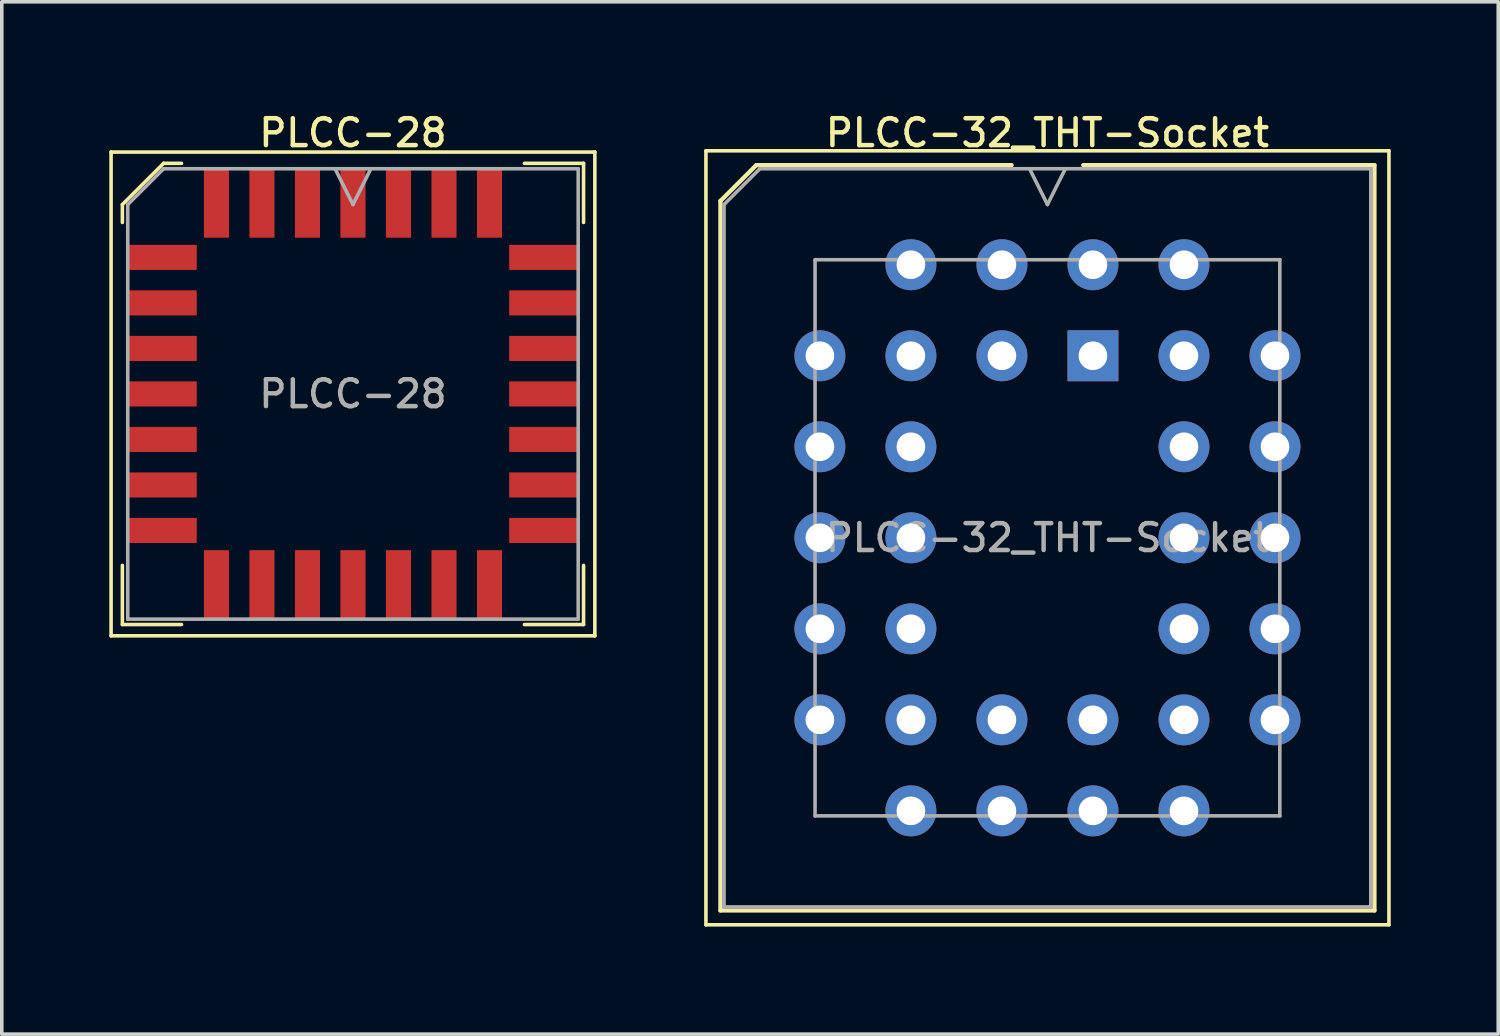
<source format=kicad_pcb>
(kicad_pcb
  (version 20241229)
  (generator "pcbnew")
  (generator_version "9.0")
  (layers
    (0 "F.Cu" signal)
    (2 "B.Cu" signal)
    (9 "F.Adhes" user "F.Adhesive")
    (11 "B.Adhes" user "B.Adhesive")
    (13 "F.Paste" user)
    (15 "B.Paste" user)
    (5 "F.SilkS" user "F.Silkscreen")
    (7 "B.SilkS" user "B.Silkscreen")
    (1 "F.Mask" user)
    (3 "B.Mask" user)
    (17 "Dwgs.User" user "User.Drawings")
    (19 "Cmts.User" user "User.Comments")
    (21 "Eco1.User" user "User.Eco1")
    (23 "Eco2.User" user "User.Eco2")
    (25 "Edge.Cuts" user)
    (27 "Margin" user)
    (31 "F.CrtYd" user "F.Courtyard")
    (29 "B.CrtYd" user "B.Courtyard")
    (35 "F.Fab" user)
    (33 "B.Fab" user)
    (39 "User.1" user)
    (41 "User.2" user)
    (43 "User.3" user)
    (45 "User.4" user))
  (footprint "PLCC-28"
    (layer "F.Cu")
    (at 6.8 7.943)
    (property "Reference" "PLCC-28" (at 0 -7.285 0) (layer "F.SilkS") (effects (font (size 0.75 0.75) (thickness 0.125))))
    (attr smd)
    (fp_line (start -6.75 -6.75) (end -6.75 6.75) (stroke (width 0.1) (type solid)) (layer "F.SilkS"))
    (fp_line (start -6.75 6.75) (end 6.75 6.75) (stroke (width 0.1) (type solid)) (layer "F.SilkS"))
    (fp_line (start -6.435 -5.285) (end -6.435 -4.785) (stroke (width 0.1) (type solid)) (layer "F.SilkS"))
    (fp_line (start -6.435 6.435) (end -6.435 4.785) (stroke (width 0.1) (type solid)) (layer "F.SilkS"))
    (fp_line (start -5.285 -6.435) (end -6.435 -5.285) (stroke (width 0.1) (type solid)) (layer "F.SilkS"))
    (fp_line (start -4.785 -6.435) (end -5.285 -6.435) (stroke (width 0.1) (type solid)) (layer "F.SilkS"))
    (fp_line (start -4.785 6.435) (end -6.435 6.435) (stroke (width 0.1) (type solid)) (layer "F.SilkS"))
    (fp_line (start 4.785 -6.435) (end 6.435 -6.435) (stroke (width 0.1) (type solid)) (layer "F.SilkS"))
    (fp_line (start 4.785 6.435) (end 6.435 6.435) (stroke (width 0.1) (type solid)) (layer "F.SilkS"))
    (fp_line (start 6.435 -6.435) (end 6.435 -4.785) (stroke (width 0.1) (type solid)) (layer "F.SilkS"))
    (fp_line (start 6.435 6.435) (end 6.435 4.785) (stroke (width 0.1) (type solid)) (layer "F.SilkS"))
    (fp_line (start 6.75 -6.75) (end -6.75 -6.75) (stroke (width 0.1) (type solid)) (layer "F.SilkS"))
    (fp_line (start 6.75 6.75) (end 6.75 -6.75) (stroke (width 0.1) (type solid)) (layer "F.SilkS"))
    (fp_line (start -6.285 -5.285) (end -6.285 6.285) (stroke (width 0.1) (type solid)) (layer "F.Fab"))
    (fp_line (start -6.285 6.285) (end 6.285 6.285) (stroke (width 0.1) (type solid)) (layer "F.Fab"))
    (fp_line (start -5.285 -6.285) (end -6.285 -5.285) (stroke (width 0.1) (type solid)) (layer "F.Fab"))
    (fp_line (start -0.5 -6.285) (end 0 -5.285) (stroke (width 0.1) (type solid)) (layer "F.Fab"))
    (fp_line (start 0 -5.285) (end 0.5 -6.285) (stroke (width 0.1) (type solid)) (layer "F.Fab"))
    (fp_line (start 6.285 -6.285) (end -5.285 -6.285) (stroke (width 0.1) (type solid)) (layer "F.Fab"))
    (fp_line (start 6.285 6.285) (end 6.285 -6.285) (stroke (width 0.1) (type solid)) (layer "F.Fab"))
    (fp_text user "${REFERENCE}" (at 0 0 0) (layer "F.Fab") (effects (font (size 0.75 0.75) (thickness 0.125))))
    (pad "1" smd rect (at 0 -5.322) (size 0.7 1.925) (layers "F.Cu" "F.Mask" "F.Paste"))
    (pad "2" smd rect (at -1.27 -5.322) (size 0.7 1.925) (layers "F.Cu" "F.Mask" "F.Paste"))
    (pad "3" smd rect (at -2.54 -5.322) (size 0.7 1.925) (layers "F.Cu" "F.Mask" "F.Paste"))
    (pad "4" smd rect (at -3.81 -5.322) (size 0.7 1.925) (layers "F.Cu" "F.Mask" "F.Paste"))
    (pad "5" smd rect (at -5.322 -3.81) (size 1.925 0.7) (layers "F.Cu" "F.Mask" "F.Paste"))
    (pad "6" smd rect (at -5.322 -2.54) (size 1.925 0.7) (layers "F.Cu" "F.Mask" "F.Paste"))
    (pad "7" smd rect (at -5.322 -1.27) (size 1.925 0.7) (layers "F.Cu" "F.Mask" "F.Paste"))
    (pad "8" smd rect (at -5.322 0) (size 1.925 0.7) (layers "F.Cu" "F.Mask" "F.Paste"))
    (pad "9" smd rect (at -5.322 1.27) (size 1.925 0.7) (layers "F.Cu" "F.Mask" "F.Paste"))
    (pad "10" smd rect (at -5.322 2.54) (size 1.925 0.7) (layers "F.Cu" "F.Mask" "F.Paste"))
    (pad "11" smd rect (at -5.322 3.81) (size 1.925 0.7) (layers "F.Cu" "F.Mask" "F.Paste"))
    (pad "12" smd rect (at -3.81 5.322) (size 0.7 1.925) (layers "F.Cu" "F.Mask" "F.Paste"))
    (pad "13" smd rect (at -2.54 5.322) (size 0.7 1.925) (layers "F.Cu" "F.Mask" "F.Paste"))
    (pad "14" smd rect (at -1.27 5.322) (size 0.7 1.925) (layers "F.Cu" "F.Mask" "F.Paste"))
    (pad "15" smd rect (at 0 5.322) (size 0.7 1.925) (layers "F.Cu" "F.Mask" "F.Paste"))
    (pad "16" smd rect (at 1.27 5.322) (size 0.7 1.925) (layers "F.Cu" "F.Mask" "F.Paste"))
    (pad "17" smd rect (at 2.54 5.322) (size 0.7 1.925) (layers "F.Cu" "F.Mask" "F.Paste"))
    (pad "18" smd rect (at 3.81 5.322) (size 0.7 1.925) (layers "F.Cu" "F.Mask" "F.Paste"))
    (pad "19" smd rect (at 5.322 3.81) (size 1.925 0.7) (layers "F.Cu" "F.Mask" "F.Paste"))
    (pad "20" smd rect (at 5.322 2.54) (size 1.925 0.7) (layers "F.Cu" "F.Mask" "F.Paste"))
    (pad "21" smd rect (at 5.322 1.27) (size 1.925 0.7) (layers "F.Cu" "F.Mask" "F.Paste"))
    (pad "22" smd rect (at 5.322 0) (size 1.925 0.7) (layers "F.Cu" "F.Mask" "F.Paste"))
    (pad "23" smd rect (at 5.322 -1.27) (size 1.925 0.7) (layers "F.Cu" "F.Mask" "F.Paste"))
    (pad "24" smd rect (at 5.322 -2.54) (size 1.925 0.7) (layers "F.Cu" "F.Mask" "F.Paste"))
    (pad "25" smd rect (at 5.322 -3.81) (size 1.925 0.7) (layers "F.Cu" "F.Mask" "F.Paste"))
    (pad "26" smd rect (at 3.81 -5.322) (size 0.7 1.925) (layers "F.Cu" "F.Mask" "F.Paste"))
    (pad "27" smd rect (at 2.54 -5.322) (size 0.7 1.925) (layers "F.Cu" "F.Mask" "F.Paste"))
    (pad "28" smd rect (at 1.27 -5.322) (size 0.7 1.925) (layers "F.Cu" "F.Mask" "F.Paste")))
  (footprint "PLCC-32_THT-Socket"
    (layer "F.Cu")
    (at 27.45 6.878)
    (property "Reference" "PLCC-32_THT-Socket" (at -1.27 -6.22 0) (layer "F.SilkS") (effects (font (size 0.75 0.75) (thickness 0.125))))
    (attr through_hole)
    (fp_line (start -10.8 -5.72) (end -10.8 15.88) (stroke (width 0.1) (type solid)) (layer "F.SilkS"))
    (fp_line (start -10.8 15.88) (end 8.26 15.88) (stroke (width 0.1) (type solid)) (layer "F.SilkS"))
    (fp_line (start -10.395 -4.32) (end -10.395 15.48) (stroke (width 0.12) (type solid)) (layer "F.SilkS"))
    (fp_line (start -10.395 15.48) (end 7.855 15.48) (stroke (width 0.12) (type solid)) (layer "F.SilkS"))
    (fp_line (start -9.395 -5.32) (end -10.395 -4.32) (stroke (width 0.12) (type solid)) (layer "F.SilkS"))
    (fp_line (start -2.27 -5.32) (end -9.395 -5.32) (stroke (width 0.12) (type solid)) (layer "F.SilkS"))
    (fp_line (start 7.855 -5.32) (end -0.27 -5.32) (stroke (width 0.12) (type solid)) (layer "F.SilkS"))
    (fp_line (start 7.855 15.48) (end 7.855 -5.32) (stroke (width 0.12) (type solid)) (layer "F.SilkS"))
    (fp_line (start 8.26 -5.72) (end -10.8 -5.72) (stroke (width 0.1) (type solid)) (layer "F.SilkS"))
    (fp_line (start 8.26 15.88) (end 8.26 -5.72) (stroke (width 0.1) (type solid)) (layer "F.SilkS"))
    (fp_line (start -10.295 -4.22) (end -10.295 15.38) (stroke (width 0.1) (type solid)) (layer "F.Fab"))
    (fp_line (start -10.295 15.38) (end 7.755 15.38) (stroke (width 0.1) (type solid)) (layer "F.Fab"))
    (fp_line (start -9.295 -5.22) (end -10.295 -4.22) (stroke (width 0.1) (type solid)) (layer "F.Fab"))
    (fp_line (start -7.755 -2.68) (end -7.755 12.84) (stroke (width 0.1) (type solid)) (layer "F.Fab"))
    (fp_line (start -7.755 12.84) (end 5.215 12.84) (stroke (width 0.1) (type solid)) (layer "F.Fab"))
    (fp_line (start -1.77 -5.22) (end -1.27 -4.22) (stroke (width 0.1) (type solid)) (layer "F.Fab"))
    (fp_line (start -1.27 -4.22) (end -0.77 -5.22) (stroke (width 0.1) (type solid)) (layer "F.Fab"))
    (fp_line (start 5.215 -2.68) (end -7.755 -2.68) (stroke (width 0.1) (type solid)) (layer "F.Fab"))
    (fp_line (start 5.215 12.84) (end 5.215 -2.68) (stroke (width 0.1) (type solid)) (layer "F.Fab"))
    (fp_line (start 7.755 -5.22) (end -9.295 -5.22) (stroke (width 0.1) (type solid)) (layer "F.Fab"))
    (fp_line (start 7.755 15.38) (end 7.755 -5.22) (stroke (width 0.1) (type solid)) (layer "F.Fab"))
    (fp_text user "${REFERENCE}" (at -1.27 5.08 0) (layer "F.Fab") (effects (font (size 0.75 0.75) (thickness 0.125))))
    (pad "1" thru_hole rect (at 0 0) (size 1.422 1.422) (drill 0.8) (layers "*.Cu" "*.Mask"))
    (pad "2" thru_hole circle (at -2.54 -2.54) (size 1.422 1.422) (drill 0.8) (layers "*.Cu" "*.Mask"))
    (pad "3" thru_hole circle (at -2.54 0) (size 1.422 1.422) (drill 0.8) (layers "*.Cu" "*.Mask"))
    (pad "4" thru_hole circle (at -5.08 -2.54) (size 1.422 1.422) (drill 0.8) (layers "*.Cu" "*.Mask"))
    (pad "5" thru_hole circle (at -7.62 0) (size 1.422 1.422) (drill 0.8) (layers "*.Cu" "*.Mask"))
    (pad "6" thru_hole circle (at -5.08 0) (size 1.422 1.422) (drill 0.8) (layers "*.Cu" "*.Mask"))
    (pad "7" thru_hole circle (at -7.62 2.54) (size 1.422 1.422) (drill 0.8) (layers "*.Cu" "*.Mask"))
    (pad "8" thru_hole circle (at -5.08 2.54) (size 1.422 1.422) (drill 0.8) (layers "*.Cu" "*.Mask"))
    (pad "9" thru_hole circle (at -7.62 5.08) (size 1.422 1.422) (drill 0.8) (layers "*.Cu" "*.Mask"))
    (pad "10" thru_hole circle (at -5.08 5.08) (size 1.422 1.422) (drill 0.8) (layers "*.Cu" "*.Mask"))
    (pad "11" thru_hole circle (at -7.62 7.62) (size 1.422 1.422) (drill 0.8) (layers "*.Cu" "*.Mask"))
    (pad "12" thru_hole circle (at -5.08 7.62) (size 1.422 1.422) (drill 0.8) (layers "*.Cu" "*.Mask"))
    (pad "13" thru_hole circle (at -7.62 10.16) (size 1.422 1.422) (drill 0.8) (layers "*.Cu" "*.Mask"))
    (pad "14" thru_hole circle (at -5.08 12.7) (size 1.422 1.422) (drill 0.8) (layers "*.Cu" "*.Mask"))
    (pad "15" thru_hole circle (at -5.08 10.16) (size 1.422 1.422) (drill 0.8) (layers "*.Cu" "*.Mask"))
    (pad "16" thru_hole circle (at -2.54 12.7) (size 1.422 1.422) (drill 0.8) (layers "*.Cu" "*.Mask"))
    (pad "17" thru_hole circle (at -2.54 10.16) (size 1.422 1.422) (drill 0.8) (layers "*.Cu" "*.Mask"))
    (pad "18" thru_hole circle (at 0 12.7) (size 1.422 1.422) (drill 0.8) (layers "*.Cu" "*.Mask"))
    (pad "19" thru_hole circle (at 0 10.16) (size 1.422 1.422) (drill 0.8) (layers "*.Cu" "*.Mask"))
    (pad "20" thru_hole circle (at 2.54 12.7) (size 1.422 1.422) (drill 0.8) (layers "*.Cu" "*.Mask"))
    (pad "21" thru_hole circle (at 5.08 10.16) (size 1.422 1.422) (drill 0.8) (layers "*.Cu" "*.Mask"))
    (pad "22" thru_hole circle (at 2.54 10.16) (size 1.422 1.422) (drill 0.8) (layers "*.Cu" "*.Mask"))
    (pad "23" thru_hole circle (at 5.08 7.62) (size 1.422 1.422) (drill 0.8) (layers "*.Cu" "*.Mask"))
    (pad "24" thru_hole circle (at 2.54 7.62) (size 1.422 1.422) (drill 0.8) (layers "*.Cu" "*.Mask"))
    (pad "25" thru_hole circle (at 5.08 5.08) (size 1.422 1.422) (drill 0.8) (layers "*.Cu" "*.Mask"))
    (pad "26" thru_hole circle (at 2.54 5.08) (size 1.422 1.422) (drill 0.8) (layers "*.Cu" "*.Mask"))
    (pad "27" thru_hole circle (at 5.08 2.54) (size 1.422 1.422) (drill 0.8) (layers "*.Cu" "*.Mask"))
    (pad "28" thru_hole circle (at 2.54 2.54) (size 1.422 1.422) (drill 0.8) (layers "*.Cu" "*.Mask"))
    (pad "29" thru_hole circle (at 5.08 0) (size 1.422 1.422) (drill 0.8) (layers "*.Cu" "*.Mask"))
    (pad "30" thru_hole circle (at 2.54 -2.54) (size 1.422 1.422) (drill 0.8) (layers "*.Cu" "*.Mask"))
    (pad "31" thru_hole circle (at 2.54 0) (size 1.422 1.422) (drill 0.8) (layers "*.Cu" "*.Mask"))
    (pad "32" thru_hole circle (at 0 -2.54) (size 1.422 1.422) (drill 0.8) (layers "*.Cu" "*.Mask")))
  (gr_rect
    (start -3 -3)
    (end 38.76 25.808)
    (stroke (width 0.1) (type default))
    (fill no)
    (layer "Edge.Cuts")))
</source>
